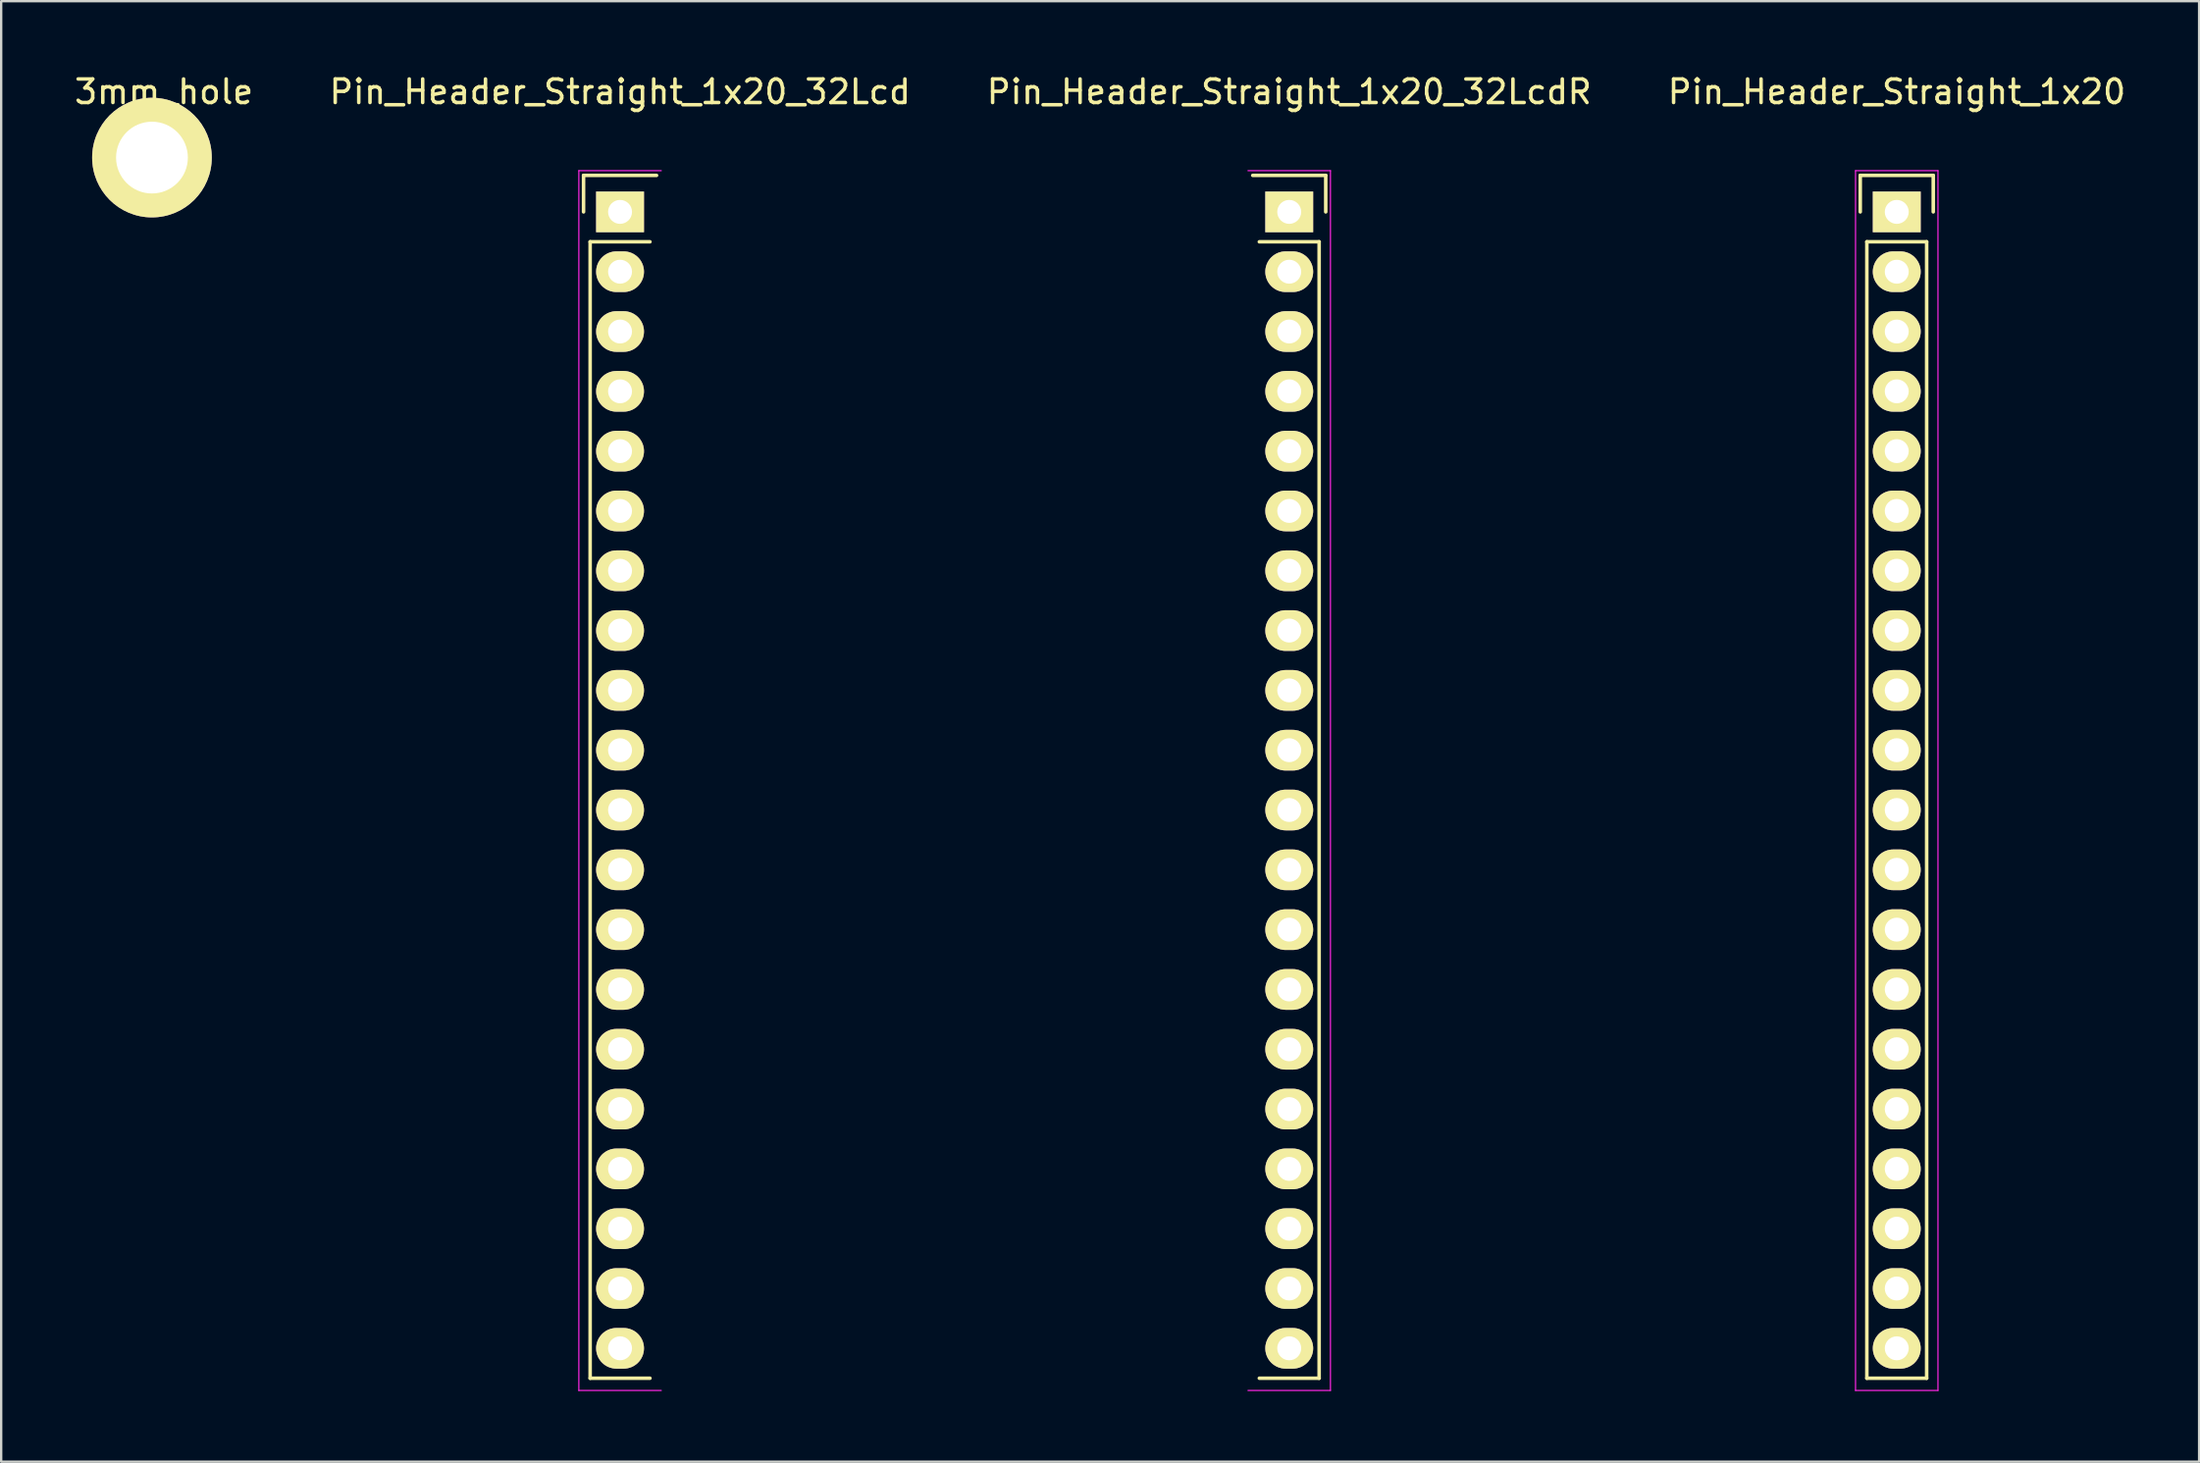
<source format=kicad_pcb>
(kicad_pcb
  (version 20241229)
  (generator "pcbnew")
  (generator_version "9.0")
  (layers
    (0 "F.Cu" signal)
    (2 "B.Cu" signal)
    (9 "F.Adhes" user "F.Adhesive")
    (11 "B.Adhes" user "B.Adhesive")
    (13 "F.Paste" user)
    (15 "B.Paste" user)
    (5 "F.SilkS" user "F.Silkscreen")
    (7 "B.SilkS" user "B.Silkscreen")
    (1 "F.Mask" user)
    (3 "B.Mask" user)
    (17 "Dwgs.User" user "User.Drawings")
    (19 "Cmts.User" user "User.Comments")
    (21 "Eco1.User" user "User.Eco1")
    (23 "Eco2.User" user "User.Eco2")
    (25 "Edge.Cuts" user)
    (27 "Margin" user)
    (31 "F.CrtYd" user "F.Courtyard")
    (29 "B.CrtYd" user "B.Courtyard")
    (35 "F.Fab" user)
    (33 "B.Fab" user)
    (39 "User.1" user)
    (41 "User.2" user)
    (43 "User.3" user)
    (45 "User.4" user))
  (footprint "Pin_Header_Straight_1x20_32LcdR"
    (layer "F.Cu")
    (at 51.696 5.948)
    (property "Reference" "Pin_Header_Straight_1x20_32LcdR" (at 0 -5.1 0) (layer "F.SilkS") (effects (font (size 1 1) (thickness 0.15))))
    (attr through_hole)
    (fp_line (start -1.55 -1.55) (end 1.55 -1.55) (stroke (width 0.15) (type solid)) (layer "F.SilkS"))
    (fp_line (start 1.27 1.27) (end -1.27 1.27) (stroke (width 0.15) (type solid)) (layer "F.SilkS"))
    (fp_line (start 1.27 1.27) (end 1.27 49.53) (stroke (width 0.15) (type solid)) (layer "F.SilkS"))
    (fp_line (start 1.27 49.53) (end -1.27 49.53) (stroke (width 0.15) (type solid)) (layer "F.SilkS"))
    (fp_line (start 1.55 -1.55) (end 1.55 0) (stroke (width 0.15) (type solid)) (layer "F.SilkS"))
    (fp_line (start -1.75 -1.75) (end 1.75 -1.75) (stroke (width 0.05) (type solid)) (layer "F.CrtYd"))
    (fp_line (start -1.75 50.05) (end 1.75 50.05) (stroke (width 0.05) (type solid)) (layer "F.CrtYd"))
    (fp_line (start 1.75 -1.75) (end 1.75 50.05) (stroke (width 0.05) (type solid)) (layer "F.CrtYd"))
    (pad "1" thru_hole rect (at 0 0) (size 2.032 1.727) (drill 1.016) (layers "*.Cu" "*.Mask" "F.SilkS"))
    (pad "2" thru_hole oval (at 0 2.54) (size 2.032 1.727) (drill 1.016) (layers "*.Cu" "*.Mask" "F.SilkS"))
    (pad "3" thru_hole oval (at 0 5.08) (size 2.032 1.727) (drill 1.016) (layers "*.Cu" "*.Mask" "F.SilkS"))
    (pad "4" thru_hole oval (at 0 7.62) (size 2.032 1.727) (drill 1.016) (layers "*.Cu" "*.Mask" "F.SilkS"))
    (pad "5" thru_hole oval (at 0 10.16) (size 2.032 1.727) (drill 1.016) (layers "*.Cu" "*.Mask" "F.SilkS"))
    (pad "6" thru_hole oval (at 0 12.7) (size 2.032 1.727) (drill 1.016) (layers "*.Cu" "*.Mask" "F.SilkS"))
    (pad "7" thru_hole oval (at 0 15.24) (size 2.032 1.727) (drill 1.016) (layers "*.Cu" "*.Mask" "F.SilkS"))
    (pad "8" thru_hole oval (at 0 17.78) (size 2.032 1.727) (drill 1.016) (layers "*.Cu" "*.Mask" "F.SilkS"))
    (pad "9" thru_hole oval (at 0 20.32) (size 2.032 1.727) (drill 1.016) (layers "*.Cu" "*.Mask" "F.SilkS"))
    (pad "10" thru_hole oval (at 0 22.86) (size 2.032 1.727) (drill 1.016) (layers "*.Cu" "*.Mask" "F.SilkS"))
    (pad "11" thru_hole oval (at 0 25.4) (size 2.032 1.727) (drill 1.016) (layers "*.Cu" "*.Mask" "F.SilkS"))
    (pad "12" thru_hole oval (at 0 27.94) (size 2.032 1.727) (drill 1.016) (layers "*.Cu" "*.Mask" "F.SilkS"))
    (pad "13" thru_hole oval (at 0 30.48) (size 2.032 1.727) (drill 1.016) (layers "*.Cu" "*.Mask" "F.SilkS"))
    (pad "14" thru_hole oval (at 0 33.02) (size 2.032 1.727) (drill 1.016) (layers "*.Cu" "*.Mask" "F.SilkS"))
    (pad "15" thru_hole oval (at 0 35.56) (size 2.032 1.727) (drill 1.016) (layers "*.Cu" "*.Mask" "F.SilkS"))
    (pad "16" thru_hole oval (at 0 38.1) (size 2.032 1.727) (drill 1.016) (layers "*.Cu" "*.Mask" "F.SilkS"))
    (pad "17" thru_hole oval (at 0 40.64) (size 2.032 1.727) (drill 1.016) (layers "*.Cu" "*.Mask" "F.SilkS"))
    (pad "18" thru_hole oval (at 0 43.18) (size 2.032 1.727) (drill 1.016) (layers "*.Cu" "*.Mask" "F.SilkS"))
    (pad "19" thru_hole oval (at 0 45.72) (size 2.032 1.727) (drill 1.016) (layers "*.Cu" "*.Mask" "F.SilkS"))
    (pad "20" thru_hole oval (at 0 48.26) (size 2.032 1.727) (drill 1.016) (layers "*.Cu" "*.Mask" "F.SilkS")))
  (footprint "Pin_Header_Straight_1x20"
    (layer "F.Cu")
    (at 77.494 5.948)
    (property "Reference" "Pin_Header_Straight_1x20" (at 0 -5.1 0) (layer "F.SilkS") (effects (font (size 1 1) (thickness 0.15))))
    (attr through_hole)
    (fp_line (start -1.55 -1.55) (end 1.55 -1.55) (stroke (width 0.15) (type solid)) (layer "F.SilkS"))
    (fp_line (start -1.55 0) (end -1.55 -1.55) (stroke (width 0.15) (type solid)) (layer "F.SilkS"))
    (fp_line (start -1.27 49.53) (end -1.27 1.27) (stroke (width 0.15) (type solid)) (layer "F.SilkS"))
    (fp_line (start 1.27 1.27) (end -1.27 1.27) (stroke (width 0.15) (type solid)) (layer "F.SilkS"))
    (fp_line (start 1.27 1.27) (end 1.27 49.53) (stroke (width 0.15) (type solid)) (layer "F.SilkS"))
    (fp_line (start 1.27 49.53) (end -1.27 49.53) (stroke (width 0.15) (type solid)) (layer "F.SilkS"))
    (fp_line (start 1.55 -1.55) (end 1.55 0) (stroke (width 0.15) (type solid)) (layer "F.SilkS"))
    (fp_line (start -1.75 -1.75) (end -1.75 50.05) (stroke (width 0.05) (type solid)) (layer "F.CrtYd"))
    (fp_line (start -1.75 -1.75) (end 1.75 -1.75) (stroke (width 0.05) (type solid)) (layer "F.CrtYd"))
    (fp_line (start -1.75 50.05) (end 1.75 50.05) (stroke (width 0.05) (type solid)) (layer "F.CrtYd"))
    (fp_line (start 1.75 -1.75) (end 1.75 50.05) (stroke (width 0.05) (type solid)) (layer "F.CrtYd"))
    (pad "1" thru_hole rect (at 0 0) (size 2.032 1.727) (drill 1.016) (layers "*.Cu" "*.Mask" "F.SilkS"))
    (pad "2" thru_hole oval (at 0 2.54) (size 2.032 1.727) (drill 1.016) (layers "*.Cu" "*.Mask" "F.SilkS"))
    (pad "3" thru_hole oval (at 0 5.08) (size 2.032 1.727) (drill 1.016) (layers "*.Cu" "*.Mask" "F.SilkS"))
    (pad "4" thru_hole oval (at 0 7.62) (size 2.032 1.727) (drill 1.016) (layers "*.Cu" "*.Mask" "F.SilkS"))
    (pad "5" thru_hole oval (at 0 10.16) (size 2.032 1.727) (drill 1.016) (layers "*.Cu" "*.Mask" "F.SilkS"))
    (pad "6" thru_hole oval (at 0 12.7) (size 2.032 1.727) (drill 1.016) (layers "*.Cu" "*.Mask" "F.SilkS"))
    (pad "7" thru_hole oval (at 0 15.24) (size 2.032 1.727) (drill 1.016) (layers "*.Cu" "*.Mask" "F.SilkS"))
    (pad "8" thru_hole oval (at 0 17.78) (size 2.032 1.727) (drill 1.016) (layers "*.Cu" "*.Mask" "F.SilkS"))
    (pad "9" thru_hole oval (at 0 20.32) (size 2.032 1.727) (drill 1.016) (layers "*.Cu" "*.Mask" "F.SilkS"))
    (pad "10" thru_hole oval (at 0 22.86) (size 2.032 1.727) (drill 1.016) (layers "*.Cu" "*.Mask" "F.SilkS"))
    (pad "11" thru_hole oval (at 0 25.4) (size 2.032 1.727) (drill 1.016) (layers "*.Cu" "*.Mask" "F.SilkS"))
    (pad "12" thru_hole oval (at 0 27.94) (size 2.032 1.727) (drill 1.016) (layers "*.Cu" "*.Mask" "F.SilkS"))
    (pad "13" thru_hole oval (at 0 30.48) (size 2.032 1.727) (drill 1.016) (layers "*.Cu" "*.Mask" "F.SilkS"))
    (pad "14" thru_hole oval (at 0 33.02) (size 2.032 1.727) (drill 1.016) (layers "*.Cu" "*.Mask" "F.SilkS"))
    (pad "15" thru_hole oval (at 0 35.56) (size 2.032 1.727) (drill 1.016) (layers "*.Cu" "*.Mask" "F.SilkS"))
    (pad "16" thru_hole oval (at 0 38.1) (size 2.032 1.727) (drill 1.016) (layers "*.Cu" "*.Mask" "F.SilkS"))
    (pad "17" thru_hole oval (at 0 40.64) (size 2.032 1.727) (drill 1.016) (layers "*.Cu" "*.Mask" "F.SilkS"))
    (pad "18" thru_hole oval (at 0 43.18) (size 2.032 1.727) (drill 1.016) (layers "*.Cu" "*.Mask" "F.SilkS"))
    (pad "19" thru_hole oval (at 0 45.72) (size 2.032 1.727) (drill 1.016) (layers "*.Cu" "*.Mask" "F.SilkS"))
    (pad "20" thru_hole oval (at 0 48.26) (size 2.032 1.727) (drill 1.016) (layers "*.Cu" "*.Mask" "F.SilkS")))
  (footprint "Pin_Header_Straight_1x20_32Lcd"
    (layer "F.Cu")
    (at 23.28 5.948)
    (property "Reference" "Pin_Header_Straight_1x20_32Lcd" (at 0 -5.1 0) (layer "F.SilkS") (effects (font (size 1 1) (thickness 0.15))))
    (attr through_hole)
    (fp_line (start -1.55 -1.55) (end 1.55 -1.55) (stroke (width 0.15) (type solid)) (layer "F.SilkS"))
    (fp_line (start -1.55 0) (end -1.55 -1.55) (stroke (width 0.15) (type solid)) (layer "F.SilkS"))
    (fp_line (start -1.27 49.53) (end -1.27 1.27) (stroke (width 0.15) (type solid)) (layer "F.SilkS"))
    (fp_line (start 1.27 1.27) (end -1.27 1.27) (stroke (width 0.15) (type solid)) (layer "F.SilkS"))
    (fp_line (start 1.27 49.53) (end -1.27 49.53) (stroke (width 0.15) (type solid)) (layer "F.SilkS"))
    (fp_line (start -1.75 -1.75) (end -1.75 50.05) (stroke (width 0.05) (type solid)) (layer "F.CrtYd"))
    (fp_line (start -1.75 -1.75) (end 1.75 -1.75) (stroke (width 0.05) (type solid)) (layer "F.CrtYd"))
    (fp_line (start -1.75 50.05) (end 1.75 50.05) (stroke (width 0.05) (type solid)) (layer "F.CrtYd"))
    (pad "1" thru_hole rect (at 0 0) (size 2.032 1.727) (drill 1.016) (layers "*.Cu" "*.Mask" "F.SilkS"))
    (pad "2" thru_hole oval (at 0 2.54) (size 2.032 1.727) (drill 1.016) (layers "*.Cu" "*.Mask" "F.SilkS"))
    (pad "3" thru_hole oval (at 0 5.08) (size 2.032 1.727) (drill 1.016) (layers "*.Cu" "*.Mask" "F.SilkS"))
    (pad "4" thru_hole oval (at 0 7.62) (size 2.032 1.727) (drill 1.016) (layers "*.Cu" "*.Mask" "F.SilkS"))
    (pad "5" thru_hole oval (at 0 10.16) (size 2.032 1.727) (drill 1.016) (layers "*.Cu" "*.Mask" "F.SilkS"))
    (pad "6" thru_hole oval (at 0 12.7) (size 2.032 1.727) (drill 1.016) (layers "*.Cu" "*.Mask" "F.SilkS"))
    (pad "7" thru_hole oval (at 0 15.24) (size 2.032 1.727) (drill 1.016) (layers "*.Cu" "*.Mask" "F.SilkS"))
    (pad "8" thru_hole oval (at 0 17.78) (size 2.032 1.727) (drill 1.016) (layers "*.Cu" "*.Mask" "F.SilkS"))
    (pad "9" thru_hole oval (at 0 20.32) (size 2.032 1.727) (drill 1.016) (layers "*.Cu" "*.Mask" "F.SilkS"))
    (pad "10" thru_hole oval (at 0 22.86) (size 2.032 1.727) (drill 1.016) (layers "*.Cu" "*.Mask" "F.SilkS"))
    (pad "11" thru_hole oval (at 0 25.4) (size 2.032 1.727) (drill 1.016) (layers "*.Cu" "*.Mask" "F.SilkS"))
    (pad "12" thru_hole oval (at 0 27.94) (size 2.032 1.727) (drill 1.016) (layers "*.Cu" "*.Mask" "F.SilkS"))
    (pad "13" thru_hole oval (at 0 30.48) (size 2.032 1.727) (drill 1.016) (layers "*.Cu" "*.Mask" "F.SilkS"))
    (pad "14" thru_hole oval (at 0 33.02) (size 2.032 1.727) (drill 1.016) (layers "*.Cu" "*.Mask" "F.SilkS"))
    (pad "15" thru_hole oval (at 0 35.56) (size 2.032 1.727) (drill 1.016) (layers "*.Cu" "*.Mask" "F.SilkS"))
    (pad "16" thru_hole oval (at 0 38.1) (size 2.032 1.727) (drill 1.016) (layers "*.Cu" "*.Mask" "F.SilkS"))
    (pad "17" thru_hole oval (at 0 40.64) (size 2.032 1.727) (drill 1.016) (layers "*.Cu" "*.Mask" "F.SilkS"))
    (pad "18" thru_hole oval (at 0 43.18) (size 2.032 1.727) (drill 1.016) (layers "*.Cu" "*.Mask" "F.SilkS"))
    (pad "19" thru_hole oval (at 0 45.72) (size 2.032 1.727) (drill 1.016) (layers "*.Cu" "*.Mask" "F.SilkS"))
    (pad "20" thru_hole oval (at 0 48.26) (size 2.032 1.727) (drill 1.016) (layers "*.Cu" "*.Mask" "F.SilkS")))
  (footprint "3mm_hole"
    (layer "F.Cu")
    (at 3.403 3.642)
    (property "Reference" "3mm_hole" (at 0.508 -2.794 0) (layer "F.SilkS") (effects (font (size 1 1) (thickness 0.15))))
    (attr through_hole)
    (pad "1" thru_hole circle (at 0 0) (size 5.08 5.08) (drill 3.048) (layers "*.Cu" "*.Mask" "F.SilkS")))
  (gr_rect
    (start -3 -3)
    (end 90.333 59.023)
    (stroke (width 0.1) (type default))
    (fill no)
    (layer "Edge.Cuts")))
</source>
